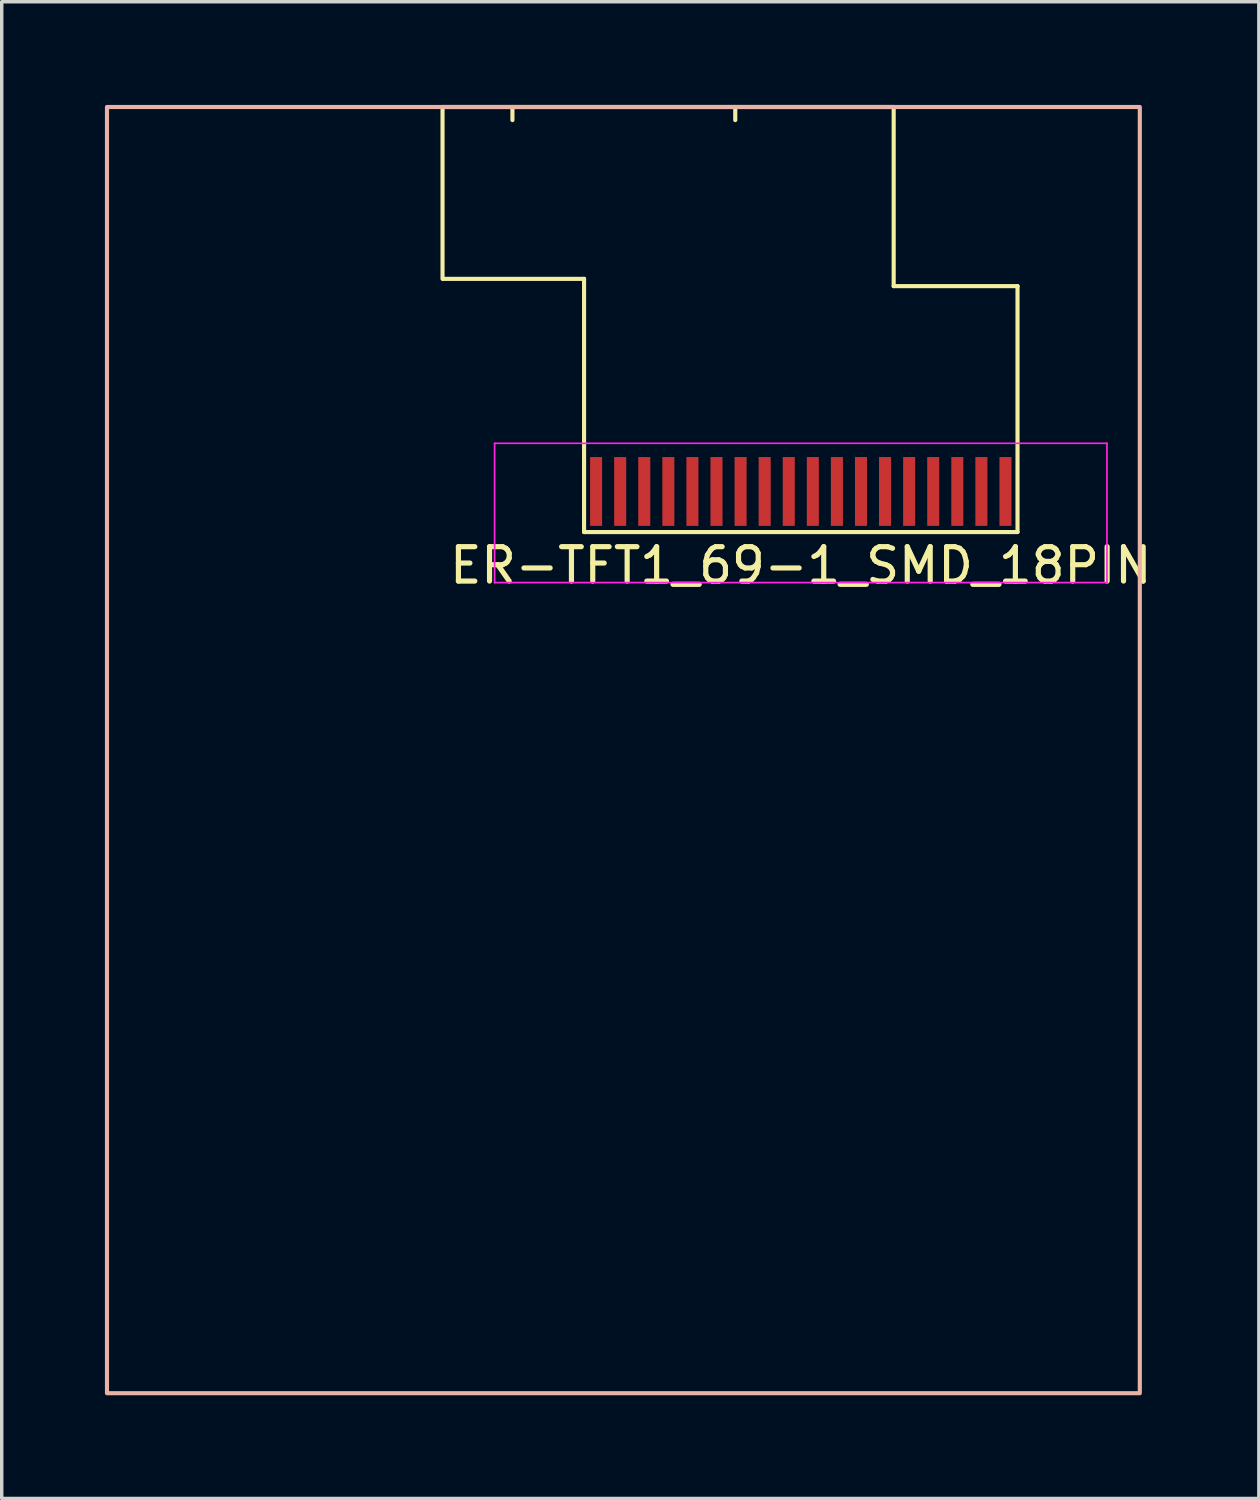
<source format=kicad_pcb>
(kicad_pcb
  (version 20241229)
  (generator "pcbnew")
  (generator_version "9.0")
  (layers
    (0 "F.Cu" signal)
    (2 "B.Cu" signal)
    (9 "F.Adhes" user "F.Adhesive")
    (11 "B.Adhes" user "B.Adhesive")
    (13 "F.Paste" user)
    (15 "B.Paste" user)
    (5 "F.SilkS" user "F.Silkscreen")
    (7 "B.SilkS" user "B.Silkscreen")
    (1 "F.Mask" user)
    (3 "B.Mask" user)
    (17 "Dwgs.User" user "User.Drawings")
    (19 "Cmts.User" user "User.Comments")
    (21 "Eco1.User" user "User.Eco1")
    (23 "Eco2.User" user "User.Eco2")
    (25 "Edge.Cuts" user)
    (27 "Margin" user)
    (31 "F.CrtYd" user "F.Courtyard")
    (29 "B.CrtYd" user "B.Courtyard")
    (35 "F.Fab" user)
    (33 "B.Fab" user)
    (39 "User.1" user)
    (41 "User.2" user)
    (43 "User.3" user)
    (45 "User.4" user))
  (footprint "ER-TFT1_69-1_SMD_18PIN"
    (layer "F.Cu")
    (at 20.228 11.236)
    (property "Reference" "ER-TFT1_69-1_SMD_18PIN" (at 0 2.15 0) (layer "F.SilkS") (effects (font (size 1 1) (thickness 0.15))))
    (attr through_hole)
    (fp_line (start -10.414 -11.176) (end 2.7 -11.176) (stroke (width 0.12) (type solid)) (layer "F.SilkS"))
    (fp_line (start -10.414 -6.18) (end -10.414 -11.176) (stroke (width 0.12) (type solid)) (layer "F.SilkS"))
    (fp_line (start -8.382 -11.176) (end -8.382 -10.795) (stroke (width 0.12) (type solid)) (layer "F.SilkS"))
    (fp_line (start -6.3 -6.18) (end -10.4 -6.18) (stroke (width 0.12) (type solid)) (layer "F.SilkS"))
    (fp_line (start -6.3 1.18) (end -6.3 -6.18) (stroke (width 0.12) (type solid)) (layer "F.SilkS"))
    (fp_line (start -6.3 1.18) (end 6.3 1.18) (stroke (width 0.12) (type solid)) (layer "F.SilkS"))
    (fp_line (start -1.905 -11.176) (end -1.905 -10.795) (stroke (width 0.12) (type solid)) (layer "F.SilkS"))
    (fp_line (start 2.7 -5.969) (end 2.7 -11.176) (stroke (width 0.12) (type solid)) (layer "F.SilkS"))
    (fp_line (start 6.3 -5.969) (end 2.7 -5.969) (stroke (width 0.12) (type solid)) (layer "F.SilkS"))
    (fp_line (start 6.3 1.18) (end 6.3 -5.969) (stroke (width 0.12) (type solid)) (layer "F.SilkS"))
    (fp_rect (start -20.168 -11.176) (end 9.855 26.213) (stroke (width 0.12) (type solid)) (fill no) (layer "B.SilkS"))
    (fp_line (start -8.9 -1.4) (end -8.9 2.65) (stroke (width 0.05) (type solid)) (layer "F.CrtYd"))
    (fp_line (start -8.9 -1.4) (end 8.9 -1.4) (stroke (width 0.05) (type solid)) (layer "F.CrtYd"))
    (fp_line (start -8.9 2.65) (end 8.9 2.65) (stroke (width 0.05) (type solid)) (layer "F.CrtYd"))
    (fp_line (start 8.9 -1.4) (end 8.9 2.65) (stroke (width 0.05) (type solid)) (layer "F.CrtYd"))
    (pad "1" smd rect (at -5.95 0) (size 0.35 2) (layers "F.Cu" "F.Mask" "F.Paste"))
    (pad "2" smd rect (at -5.25 0) (size 0.35 2) (layers "F.Cu" "F.Mask" "F.Paste"))
    (pad "3" smd rect (at -4.55 0) (size 0.35 2) (layers "F.Cu" "F.Mask" "F.Paste"))
    (pad "4" smd rect (at -3.85 0) (size 0.35 2) (layers "F.Cu" "F.Mask" "F.Paste"))
    (pad "5" smd rect (at -3.15 0) (size 0.35 2) (layers "F.Cu" "F.Mask" "F.Paste"))
    (pad "6" smd rect (at -2.45 0) (size 0.35 2) (layers "F.Cu" "F.Mask" "F.Paste"))
    (pad "7" smd rect (at -1.75 0) (size 0.35 2) (layers "F.Cu" "F.Mask" "F.Paste"))
    (pad "8" smd rect (at -1.05 0) (size 0.35 2) (layers "F.Cu" "F.Mask" "F.Paste"))
    (pad "9" smd rect (at -0.35 0) (size 0.35 2) (layers "F.Cu" "F.Mask" "F.Paste"))
    (pad "10" smd rect (at 0.35 0) (size 0.35 2) (layers "F.Cu" "F.Mask" "F.Paste"))
    (pad "11" smd rect (at 1.05 0) (size 0.35 2) (layers "F.Cu" "F.Mask" "F.Paste"))
    (pad "12" smd rect (at 1.75 0) (size 0.35 2) (layers "F.Cu" "F.Mask" "F.Paste"))
    (pad "13" smd rect (at 2.45 0) (size 0.35 2) (layers "F.Cu" "F.Mask" "F.Paste"))
    (pad "14" smd rect (at 3.15 0) (size 0.35 2) (layers "F.Cu" "F.Mask" "F.Paste"))
    (pad "15" smd rect (at 3.85 0) (size 0.35 2) (layers "F.Cu" "F.Mask" "F.Paste"))
    (pad "16" smd rect (at 4.55 0) (size 0.35 2) (layers "F.Cu" "F.Mask" "F.Paste"))
    (pad "17" smd rect (at 5.25 0) (size 0.35 2) (layers "F.Cu" "F.Mask" "F.Paste"))
    (pad "18" smd rect (at 5.95 0) (size 0.35 2) (layers "F.Cu" "F.Mask" "F.Paste")))
  (gr_rect
    (start -3 -3)
    (end 33.543 40.509)
    (stroke (width 0.1) (type default))
    (fill no)
    (layer "Edge.Cuts")))
</source>
